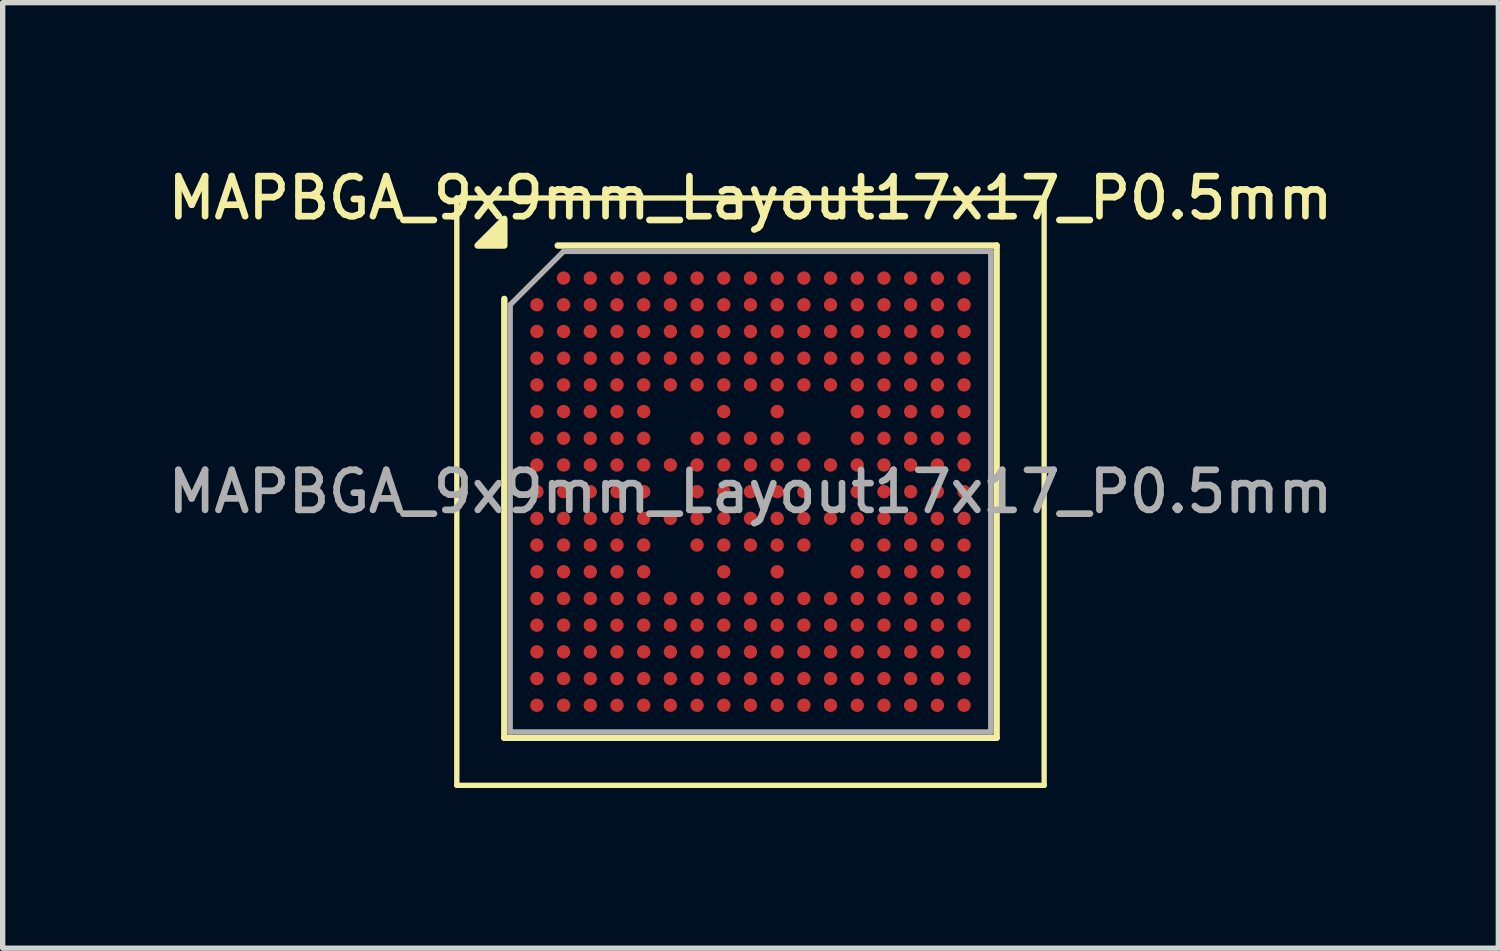
<source format=kicad_pcb>
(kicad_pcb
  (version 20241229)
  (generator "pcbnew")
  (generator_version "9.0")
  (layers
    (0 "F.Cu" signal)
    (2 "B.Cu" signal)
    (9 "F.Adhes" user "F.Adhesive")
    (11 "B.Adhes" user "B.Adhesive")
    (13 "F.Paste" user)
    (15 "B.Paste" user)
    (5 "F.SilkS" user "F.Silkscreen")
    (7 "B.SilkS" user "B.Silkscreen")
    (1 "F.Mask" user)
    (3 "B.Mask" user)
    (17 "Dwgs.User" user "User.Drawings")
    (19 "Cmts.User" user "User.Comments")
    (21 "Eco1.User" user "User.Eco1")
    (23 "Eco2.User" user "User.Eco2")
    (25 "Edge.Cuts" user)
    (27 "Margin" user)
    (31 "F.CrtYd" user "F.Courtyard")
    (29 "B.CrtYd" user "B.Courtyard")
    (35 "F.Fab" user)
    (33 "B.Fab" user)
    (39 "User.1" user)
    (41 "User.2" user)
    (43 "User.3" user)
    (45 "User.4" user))
  (footprint "MAPBGA_9x9mm_Layout17x17_P0.5mm"
    (layer "F.Cu")
    (at 11.005 6.158)
    (property "Reference" "MAPBGA_9x9mm_Layout17x17_P0.5mm" (at 0 -5.5 0) (layer "F.SilkS") (effects (font (size 0.75 0.75) (thickness 0.125))))
    (attr smd)
    (fp_line (start -5.5 -5.5) (end -5.5 5.5) (stroke (width 0.1) (type solid)) (layer "F.SilkS"))
    (fp_line (start -5.5 5.5) (end 5.5 5.5) (stroke (width 0.1) (type solid)) (layer "F.SilkS"))
    (fp_line (start -4.61 4.61) (end -4.61 -3.61) (stroke (width 0.12) (type solid)) (layer "F.SilkS"))
    (fp_line (start -3.61 -4.61) (end 4.61 -4.61) (stroke (width 0.12) (type solid)) (layer "F.SilkS"))
    (fp_line (start 4.61 -4.61) (end 4.61 4.61) (stroke (width 0.12) (type solid)) (layer "F.SilkS"))
    (fp_line (start 4.61 4.61) (end -4.61 4.61) (stroke (width 0.12) (type solid)) (layer "F.SilkS"))
    (fp_line (start 5.5 -5.5) (end -5.5 -5.5) (stroke (width 0.1) (type solid)) (layer "F.SilkS"))
    (fp_line (start 5.5 5.5) (end 5.5 -5.5) (stroke (width 0.1) (type solid)) (layer "F.SilkS"))
    (fp_poly (pts (xy -4.61 -4.61) (xy -5.11 -4.61) (xy -4.61 -5.11) (xy -4.61 -4.61)) (stroke (width 0.12) (type solid)) (fill yes) (layer "F.SilkS"))
    (fp_line (start -4.5 -3.5) (end -3.5 -4.5) (stroke (width 0.1) (type solid)) (layer "F.Fab"))
    (fp_line (start -4.5 4.5) (end -4.5 -3.5) (stroke (width 0.1) (type solid)) (layer "F.Fab"))
    (fp_line (start -3.5 -4.5) (end 4.5 -4.5) (stroke (width 0.1) (type solid)) (layer "F.Fab"))
    (fp_line (start 4.5 -4.5) (end 4.5 4.5) (stroke (width 0.1) (type solid)) (layer "F.Fab"))
    (fp_line (start 4.5 4.5) (end -4.5 4.5) (stroke (width 0.1) (type solid)) (layer "F.Fab"))
    (fp_text user "${REFERENCE}" (at 0 0 0) (layer "F.Fab") (effects (font (size 0.75 0.75) (thickness 0.125))))
    (pad "A2" smd circle (at -3.5 -4) (size 0.25 0.25) (property pad_prop_bga) (layers "F.Cu" "F.Mask" "F.Paste"))
    (pad "A3" smd circle (at -3 -4) (size 0.25 0.25) (property pad_prop_bga) (layers "F.Cu" "F.Mask" "F.Paste"))
    (pad "A4" smd circle (at -2.5 -4) (size 0.25 0.25) (property pad_prop_bga) (layers "F.Cu" "F.Mask" "F.Paste"))
    (pad "A5" smd circle (at -2 -4) (size 0.25 0.25) (property pad_prop_bga) (layers "F.Cu" "F.Mask" "F.Paste"))
    (pad "A6" smd circle (at -1.5 -4) (size 0.25 0.25) (property pad_prop_bga) (layers "F.Cu" "F.Mask" "F.Paste"))
    (pad "A7" smd circle (at -1 -4) (size 0.25 0.25) (property pad_prop_bga) (layers "F.Cu" "F.Mask" "F.Paste"))
    (pad "A8" smd circle (at -0.5 -4) (size 0.25 0.25) (property pad_prop_bga) (layers "F.Cu" "F.Mask" "F.Paste"))
    (pad "A9" smd circle (at 0 -4) (size 0.25 0.25) (property pad_prop_bga) (layers "F.Cu" "F.Mask" "F.Paste"))
    (pad "A10" smd circle (at 0.5 -4) (size 0.25 0.25) (property pad_prop_bga) (layers "F.Cu" "F.Mask" "F.Paste"))
    (pad "A11" smd circle (at 1 -4) (size 0.25 0.25) (property pad_prop_bga) (layers "F.Cu" "F.Mask" "F.Paste"))
    (pad "A12" smd circle (at 1.5 -4) (size 0.25 0.25) (property pad_prop_bga) (layers "F.Cu" "F.Mask" "F.Paste"))
    (pad "A13" smd circle (at 2 -4) (size 0.25 0.25) (property pad_prop_bga) (layers "F.Cu" "F.Mask" "F.Paste"))
    (pad "A14" smd circle (at 2.5 -4) (size 0.25 0.25) (property pad_prop_bga) (layers "F.Cu" "F.Mask" "F.Paste"))
    (pad "A15" smd circle (at 3 -4) (size 0.25 0.25) (property pad_prop_bga) (layers "F.Cu" "F.Mask" "F.Paste"))
    (pad "A16" smd circle (at 3.5 -4) (size 0.25 0.25) (property pad_prop_bga) (layers "F.Cu" "F.Mask" "F.Paste"))
    (pad "A17" smd circle (at 4 -4) (size 0.25 0.25) (property pad_prop_bga) (layers "F.Cu" "F.Mask" "F.Paste"))
    (pad "B1" smd circle (at -4 -3.5) (size 0.25 0.25) (property pad_prop_bga) (layers "F.Cu" "F.Mask" "F.Paste"))
    (pad "B2" smd circle (at -3.5 -3.5) (size 0.25 0.25) (property pad_prop_bga) (layers "F.Cu" "F.Mask" "F.Paste"))
    (pad "B3" smd circle (at -3 -3.5) (size 0.25 0.25) (property pad_prop_bga) (layers "F.Cu" "F.Mask" "F.Paste"))
    (pad "B4" smd circle (at -2.5 -3.5) (size 0.25 0.25) (property pad_prop_bga) (layers "F.Cu" "F.Mask" "F.Paste"))
    (pad "B5" smd circle (at -2 -3.5) (size 0.25 0.25) (property pad_prop_bga) (layers "F.Cu" "F.Mask" "F.Paste"))
    (pad "B6" smd circle (at -1.5 -3.5) (size 0.25 0.25) (property pad_prop_bga) (layers "F.Cu" "F.Mask" "F.Paste"))
    (pad "B7" smd circle (at -1 -3.5) (size 0.25 0.25) (property pad_prop_bga) (layers "F.Cu" "F.Mask" "F.Paste"))
    (pad "B8" smd circle (at -0.5 -3.5) (size 0.25 0.25) (property pad_prop_bga) (layers "F.Cu" "F.Mask" "F.Paste"))
    (pad "B9" smd circle (at 0 -3.5) (size 0.25 0.25) (property pad_prop_bga) (layers "F.Cu" "F.Mask" "F.Paste"))
    (pad "B10" smd circle (at 0.5 -3.5) (size 0.25 0.25) (property pad_prop_bga) (layers "F.Cu" "F.Mask" "F.Paste"))
    (pad "B11" smd circle (at 1 -3.5) (size 0.25 0.25) (property pad_prop_bga) (layers "F.Cu" "F.Mask" "F.Paste"))
    (pad "B12" smd circle (at 1.5 -3.5) (size 0.25 0.25) (property pad_prop_bga) (layers "F.Cu" "F.Mask" "F.Paste"))
    (pad "B13" smd circle (at 2 -3.5) (size 0.25 0.25) (property pad_prop_bga) (layers "F.Cu" "F.Mask" "F.Paste"))
    (pad "B14" smd circle (at 2.5 -3.5) (size 0.25 0.25) (property pad_prop_bga) (layers "F.Cu" "F.Mask" "F.Paste"))
    (pad "B15" smd circle (at 3 -3.5) (size 0.25 0.25) (property pad_prop_bga) (layers "F.Cu" "F.Mask" "F.Paste"))
    (pad "B16" smd circle (at 3.5 -3.5) (size 0.25 0.25) (property pad_prop_bga) (layers "F.Cu" "F.Mask" "F.Paste"))
    (pad "B17" smd circle (at 4 -3.5) (size 0.25 0.25) (property pad_prop_bga) (layers "F.Cu" "F.Mask" "F.Paste"))
    (pad "C1" smd circle (at -4 -3) (size 0.25 0.25) (property pad_prop_bga) (layers "F.Cu" "F.Mask" "F.Paste"))
    (pad "C2" smd circle (at -3.5 -3) (size 0.25 0.25) (property pad_prop_bga) (layers "F.Cu" "F.Mask" "F.Paste"))
    (pad "C3" smd circle (at -3 -3) (size 0.25 0.25) (property pad_prop_bga) (layers "F.Cu" "F.Mask" "F.Paste"))
    (pad "C4" smd circle (at -2.5 -3) (size 0.25 0.25) (property pad_prop_bga) (layers "F.Cu" "F.Mask" "F.Paste"))
    (pad "C5" smd circle (at -2 -3) (size 0.25 0.25) (property pad_prop_bga) (layers "F.Cu" "F.Mask" "F.Paste"))
    (pad "C6" smd circle (at -1.5 -3) (size 0.25 0.25) (property pad_prop_bga) (layers "F.Cu" "F.Mask" "F.Paste"))
    (pad "C7" smd circle (at -1 -3) (size 0.25 0.25) (property pad_prop_bga) (layers "F.Cu" "F.Mask" "F.Paste"))
    (pad "C8" smd circle (at -0.5 -3) (size 0.25 0.25) (property pad_prop_bga) (layers "F.Cu" "F.Mask" "F.Paste"))
    (pad "C9" smd circle (at 0 -3) (size 0.25 0.25) (property pad_prop_bga) (layers "F.Cu" "F.Mask" "F.Paste"))
    (pad "C10" smd circle (at 0.5 -3) (size 0.25 0.25) (property pad_prop_bga) (layers "F.Cu" "F.Mask" "F.Paste"))
    (pad "C11" smd circle (at 1 -3) (size 0.25 0.25) (property pad_prop_bga) (layers "F.Cu" "F.Mask" "F.Paste"))
    (pad "C12" smd circle (at 1.5 -3) (size 0.25 0.25) (property pad_prop_bga) (layers "F.Cu" "F.Mask" "F.Paste"))
    (pad "C13" smd circle (at 2 -3) (size 0.25 0.25) (property pad_prop_bga) (layers "F.Cu" "F.Mask" "F.Paste"))
    (pad "C14" smd circle (at 2.5 -3) (size 0.25 0.25) (property pad_prop_bga) (layers "F.Cu" "F.Mask" "F.Paste"))
    (pad "C15" smd circle (at 3 -3) (size 0.25 0.25) (property pad_prop_bga) (layers "F.Cu" "F.Mask" "F.Paste"))
    (pad "C16" smd circle (at 3.5 -3) (size 0.25 0.25) (property pad_prop_bga) (layers "F.Cu" "F.Mask" "F.Paste"))
    (pad "C17" smd circle (at 4 -3) (size 0.25 0.25) (property pad_prop_bga) (layers "F.Cu" "F.Mask" "F.Paste"))
    (pad "D1" smd circle (at -4 -2.5) (size 0.25 0.25) (property pad_prop_bga) (layers "F.Cu" "F.Mask" "F.Paste"))
    (pad "D2" smd circle (at -3.5 -2.5) (size 0.25 0.25) (property pad_prop_bga) (layers "F.Cu" "F.Mask" "F.Paste"))
    (pad "D3" smd circle (at -3 -2.5) (size 0.25 0.25) (property pad_prop_bga) (layers "F.Cu" "F.Mask" "F.Paste"))
    (pad "D4" smd circle (at -2.5 -2.5) (size 0.25 0.25) (property pad_prop_bga) (layers "F.Cu" "F.Mask" "F.Paste"))
    (pad "D5" smd circle (at -2 -2.5) (size 0.25 0.25) (property pad_prop_bga) (layers "F.Cu" "F.Mask" "F.Paste"))
    (pad "D6" smd circle (at -1.5 -2.5) (size 0.25 0.25) (property pad_prop_bga) (layers "F.Cu" "F.Mask" "F.Paste"))
    (pad "D7" smd circle (at -1 -2.5) (size 0.25 0.25) (property pad_prop_bga) (layers "F.Cu" "F.Mask" "F.Paste"))
    (pad "D8" smd circle (at -0.5 -2.5) (size 0.25 0.25) (property pad_prop_bga) (layers "F.Cu" "F.Mask" "F.Paste"))
    (pad "D9" smd circle (at 0 -2.5) (size 0.25 0.25) (property pad_prop_bga) (layers "F.Cu" "F.Mask" "F.Paste"))
    (pad "D10" smd circle (at 0.5 -2.5) (size 0.25 0.25) (property pad_prop_bga) (layers "F.Cu" "F.Mask" "F.Paste"))
    (pad "D11" smd circle (at 1 -2.5) (size 0.25 0.25) (property pad_prop_bga) (layers "F.Cu" "F.Mask" "F.Paste"))
    (pad "D12" smd circle (at 1.5 -2.5) (size 0.25 0.25) (property pad_prop_bga) (layers "F.Cu" "F.Mask" "F.Paste"))
    (pad "D13" smd circle (at 2 -2.5) (size 0.25 0.25) (property pad_prop_bga) (layers "F.Cu" "F.Mask" "F.Paste"))
    (pad "D14" smd circle (at 2.5 -2.5) (size 0.25 0.25) (property pad_prop_bga) (layers "F.Cu" "F.Mask" "F.Paste"))
    (pad "D15" smd circle (at 3 -2.5) (size 0.25 0.25) (property pad_prop_bga) (layers "F.Cu" "F.Mask" "F.Paste"))
    (pad "D16" smd circle (at 3.5 -2.5) (size 0.25 0.25) (property pad_prop_bga) (layers "F.Cu" "F.Mask" "F.Paste"))
    (pad "D17" smd circle (at 4 -2.5) (size 0.25 0.25) (property pad_prop_bga) (layers "F.Cu" "F.Mask" "F.Paste"))
    (pad "E1" smd circle (at -4 -2) (size 0.25 0.25) (property pad_prop_bga) (layers "F.Cu" "F.Mask" "F.Paste"))
    (pad "E2" smd circle (at -3.5 -2) (size 0.25 0.25) (property pad_prop_bga) (layers "F.Cu" "F.Mask" "F.Paste"))
    (pad "E3" smd circle (at -3 -2) (size 0.25 0.25) (property pad_prop_bga) (layers "F.Cu" "F.Mask" "F.Paste"))
    (pad "E4" smd circle (at -2.5 -2) (size 0.25 0.25) (property pad_prop_bga) (layers "F.Cu" "F.Mask" "F.Paste"))
    (pad "E5" smd circle (at -2 -2) (size 0.25 0.25) (property pad_prop_bga) (layers "F.Cu" "F.Mask" "F.Paste"))
    (pad "E6" smd circle (at -1.5 -2) (size 0.25 0.25) (property pad_prop_bga) (layers "F.Cu" "F.Mask" "F.Paste"))
    (pad "E7" smd circle (at -1 -2) (size 0.25 0.25) (property pad_prop_bga) (layers "F.Cu" "F.Mask" "F.Paste"))
    (pad "E8" smd circle (at -0.5 -2) (size 0.25 0.25) (property pad_prop_bga) (layers "F.Cu" "F.Mask" "F.Paste"))
    (pad "E9" smd circle (at 0 -2) (size 0.25 0.25) (property pad_prop_bga) (layers "F.Cu" "F.Mask" "F.Paste"))
    (pad "E10" smd circle (at 0.5 -2) (size 0.25 0.25) (property pad_prop_bga) (layers "F.Cu" "F.Mask" "F.Paste"))
    (pad "E11" smd circle (at 1 -2) (size 0.25 0.25) (property pad_prop_bga) (layers "F.Cu" "F.Mask" "F.Paste"))
    (pad "E12" smd circle (at 1.5 -2) (size 0.25 0.25) (property pad_prop_bga) (layers "F.Cu" "F.Mask" "F.Paste"))
    (pad "E13" smd circle (at 2 -2) (size 0.25 0.25) (property pad_prop_bga) (layers "F.Cu" "F.Mask" "F.Paste"))
    (pad "E14" smd circle (at 2.5 -2) (size 0.25 0.25) (property pad_prop_bga) (layers "F.Cu" "F.Mask" "F.Paste"))
    (pad "E15" smd circle (at 3 -2) (size 0.25 0.25) (property pad_prop_bga) (layers "F.Cu" "F.Mask" "F.Paste"))
    (pad "E16" smd circle (at 3.5 -2) (size 0.25 0.25) (property pad_prop_bga) (layers "F.Cu" "F.Mask" "F.Paste"))
    (pad "E17" smd circle (at 4 -2) (size 0.25 0.25) (property pad_prop_bga) (layers "F.Cu" "F.Mask" "F.Paste"))
    (pad "F1" smd circle (at -4 -1.5) (size 0.25 0.25) (property pad_prop_bga) (layers "F.Cu" "F.Mask" "F.Paste"))
    (pad "F2" smd circle (at -3.5 -1.5) (size 0.25 0.25) (property pad_prop_bga) (layers "F.Cu" "F.Mask" "F.Paste"))
    (pad "F3" smd circle (at -3 -1.5) (size 0.25 0.25) (property pad_prop_bga) (layers "F.Cu" "F.Mask" "F.Paste"))
    (pad "F4" smd circle (at -2.5 -1.5) (size 0.25 0.25) (property pad_prop_bga) (layers "F.Cu" "F.Mask" "F.Paste"))
    (pad "F5" smd circle (at -2 -1.5) (size 0.25 0.25) (property pad_prop_bga) (layers "F.Cu" "F.Mask" "F.Paste"))
    (pad "F8" smd circle (at -0.5 -1.5) (size 0.25 0.25) (property pad_prop_bga) (layers "F.Cu" "F.Mask" "F.Paste"))
    (pad "F10" smd circle (at 0.5 -1.5) (size 0.25 0.25) (property pad_prop_bga) (layers "F.Cu" "F.Mask" "F.Paste"))
    (pad "F13" smd circle (at 2 -1.5) (size 0.25 0.25) (property pad_prop_bga) (layers "F.Cu" "F.Mask" "F.Paste"))
    (pad "F14" smd circle (at 2.5 -1.5) (size 0.25 0.25) (property pad_prop_bga) (layers "F.Cu" "F.Mask" "F.Paste"))
    (pad "F15" smd circle (at 3 -1.5) (size 0.25 0.25) (property pad_prop_bga) (layers "F.Cu" "F.Mask" "F.Paste"))
    (pad "F16" smd circle (at 3.5 -1.5) (size 0.25 0.25) (property pad_prop_bga) (layers "F.Cu" "F.Mask" "F.Paste"))
    (pad "F17" smd circle (at 4 -1.5) (size 0.25 0.25) (property pad_prop_bga) (layers "F.Cu" "F.Mask" "F.Paste"))
    (pad "G1" smd circle (at -4 -1) (size 0.25 0.25) (property pad_prop_bga) (layers "F.Cu" "F.Mask" "F.Paste"))
    (pad "G2" smd circle (at -3.5 -1) (size 0.25 0.25) (property pad_prop_bga) (layers "F.Cu" "F.Mask" "F.Paste"))
    (pad "G3" smd circle (at -3 -1) (size 0.25 0.25) (property pad_prop_bga) (layers "F.Cu" "F.Mask" "F.Paste"))
    (pad "G4" smd circle (at -2.5 -1) (size 0.25 0.25) (property pad_prop_bga) (layers "F.Cu" "F.Mask" "F.Paste"))
    (pad "G5" smd circle (at -2 -1) (size 0.25 0.25) (property pad_prop_bga) (layers "F.Cu" "F.Mask" "F.Paste"))
    (pad "G7" smd circle (at -1 -1) (size 0.25 0.25) (property pad_prop_bga) (layers "F.Cu" "F.Mask" "F.Paste"))
    (pad "G8" smd circle (at -0.5 -1) (size 0.25 0.25) (property pad_prop_bga) (layers "F.Cu" "F.Mask" "F.Paste"))
    (pad "G9" smd circle (at 0 -1) (size 0.25 0.25) (property pad_prop_bga) (layers "F.Cu" "F.Mask" "F.Paste"))
    (pad "G10" smd circle (at 0.5 -1) (size 0.25 0.25) (property pad_prop_bga) (layers "F.Cu" "F.Mask" "F.Paste"))
    (pad "G11" smd circle (at 1 -1) (size 0.25 0.25) (property pad_prop_bga) (layers "F.Cu" "F.Mask" "F.Paste"))
    (pad "G13" smd circle (at 2 -1) (size 0.25 0.25) (property pad_prop_bga) (layers "F.Cu" "F.Mask" "F.Paste"))
    (pad "G14" smd circle (at 2.5 -1) (size 0.25 0.25) (property pad_prop_bga) (layers "F.Cu" "F.Mask" "F.Paste"))
    (pad "G15" smd circle (at 3 -1) (size 0.25 0.25) (property pad_prop_bga) (layers "F.Cu" "F.Mask" "F.Paste"))
    (pad "G16" smd circle (at 3.5 -1) (size 0.25 0.25) (property pad_prop_bga) (layers "F.Cu" "F.Mask" "F.Paste"))
    (pad "G17" smd circle (at 4 -1) (size 0.25 0.25) (property pad_prop_bga) (layers "F.Cu" "F.Mask" "F.Paste"))
    (pad "H1" smd circle (at -4 -0.5) (size 0.25 0.25) (property pad_prop_bga) (layers "F.Cu" "F.Mask" "F.Paste"))
    (pad "H2" smd circle (at -3.5 -0.5) (size 0.25 0.25) (property pad_prop_bga) (layers "F.Cu" "F.Mask" "F.Paste"))
    (pad "H3" smd circle (at -3 -0.5) (size 0.25 0.25) (property pad_prop_bga) (layers "F.Cu" "F.Mask" "F.Paste"))
    (pad "H4" smd circle (at -2.5 -0.5) (size 0.25 0.25) (property pad_prop_bga) (layers "F.Cu" "F.Mask" "F.Paste"))
    (pad "H5" smd circle (at -2 -0.5) (size 0.25 0.25) (property pad_prop_bga) (layers "F.Cu" "F.Mask" "F.Paste"))
    (pad "H6" smd circle (at -1.5 -0.5) (size 0.25 0.25) (property pad_prop_bga) (layers "F.Cu" "F.Mask" "F.Paste"))
    (pad "H7" smd circle (at -1 -0.5) (size 0.25 0.25) (property pad_prop_bga) (layers "F.Cu" "F.Mask" "F.Paste"))
    (pad "H8" smd circle (at -0.5 -0.5) (size 0.25 0.25) (property pad_prop_bga) (layers "F.Cu" "F.Mask" "F.Paste"))
    (pad "H9" smd circle (at 0 -0.5) (size 0.25 0.25) (property pad_prop_bga) (layers "F.Cu" "F.Mask" "F.Paste"))
    (pad "H10" smd circle (at 0.5 -0.5) (size 0.25 0.25) (property pad_prop_bga) (layers "F.Cu" "F.Mask" "F.Paste"))
    (pad "H11" smd circle (at 1 -0.5) (size 0.25 0.25) (property pad_prop_bga) (layers "F.Cu" "F.Mask" "F.Paste"))
    (pad "H12" smd circle (at 1.5 -0.5) (size 0.25 0.25) (property pad_prop_bga) (layers "F.Cu" "F.Mask" "F.Paste"))
    (pad "H13" smd circle (at 2 -0.5) (size 0.25 0.25) (property pad_prop_bga) (layers "F.Cu" "F.Mask" "F.Paste"))
    (pad "H14" smd circle (at 2.5 -0.5) (size 0.25 0.25) (property pad_prop_bga) (layers "F.Cu" "F.Mask" "F.Paste"))
    (pad "H15" smd circle (at 3 -0.5) (size 0.25 0.25) (property pad_prop_bga) (layers "F.Cu" "F.Mask" "F.Paste"))
    (pad "H16" smd circle (at 3.5 -0.5) (size 0.25 0.25) (property pad_prop_bga) (layers "F.Cu" "F.Mask" "F.Paste"))
    (pad "H17" smd circle (at 4 -0.5) (size 0.25 0.25) (property pad_prop_bga) (layers "F.Cu" "F.Mask" "F.Paste"))
    (pad "J1" smd circle (at -4 0) (size 0.25 0.25) (property pad_prop_bga) (layers "F.Cu" "F.Mask" "F.Paste"))
    (pad "J2" smd circle (at -3.5 0) (size 0.25 0.25) (property pad_prop_bga) (layers "F.Cu" "F.Mask" "F.Paste"))
    (pad "J3" smd circle (at -3 0) (size 0.25 0.25) (property pad_prop_bga) (layers "F.Cu" "F.Mask" "F.Paste"))
    (pad "J4" smd circle (at -2.5 0) (size 0.25 0.25) (property pad_prop_bga) (layers "F.Cu" "F.Mask" "F.Paste"))
    (pad "J5" smd circle (at -2 0) (size 0.25 0.25) (property pad_prop_bga) (layers "F.Cu" "F.Mask" "F.Paste"))
    (pad "J7" smd circle (at -1 0) (size 0.25 0.25) (property pad_prop_bga) (layers "F.Cu" "F.Mask" "F.Paste"))
    (pad "J8" smd circle (at -0.5 0) (size 0.25 0.25) (property pad_prop_bga) (layers "F.Cu" "F.Mask" "F.Paste"))
    (pad "J9" smd circle (at 0 0) (size 0.25 0.25) (property pad_prop_bga) (layers "F.Cu" "F.Mask" "F.Paste"))
    (pad "J10" smd circle (at 0.5 0) (size 0.25 0.25) (property pad_prop_bga) (layers "F.Cu" "F.Mask" "F.Paste"))
    (pad "J11" smd circle (at 1 0) (size 0.25 0.25) (property pad_prop_bga) (layers "F.Cu" "F.Mask" "F.Paste"))
    (pad "J13" smd circle (at 2 0) (size 0.25 0.25) (property pad_prop_bga) (layers "F.Cu" "F.Mask" "F.Paste"))
    (pad "J14" smd circle (at 2.5 0) (size 0.25 0.25) (property pad_prop_bga) (layers "F.Cu" "F.Mask" "F.Paste"))
    (pad "J15" smd circle (at 3 0) (size 0.25 0.25) (property pad_prop_bga) (layers "F.Cu" "F.Mask" "F.Paste"))
    (pad "J16" smd circle (at 3.5 0) (size 0.25 0.25) (property pad_prop_bga) (layers "F.Cu" "F.Mask" "F.Paste"))
    (pad "J17" smd circle (at 4 0) (size 0.25 0.25) (property pad_prop_bga) (layers "F.Cu" "F.Mask" "F.Paste"))
    (pad "K1" smd circle (at -4 0.5) (size 0.25 0.25) (property pad_prop_bga) (layers "F.Cu" "F.Mask" "F.Paste"))
    (pad "K2" smd circle (at -3.5 0.5) (size 0.25 0.25) (property pad_prop_bga) (layers "F.Cu" "F.Mask" "F.Paste"))
    (pad "K3" smd circle (at -3 0.5) (size 0.25 0.25) (property pad_prop_bga) (layers "F.Cu" "F.Mask" "F.Paste"))
    (pad "K4" smd circle (at -2.5 0.5) (size 0.25 0.25) (property pad_prop_bga) (layers "F.Cu" "F.Mask" "F.Paste"))
    (pad "K5" smd circle (at -2 0.5) (size 0.25 0.25) (property pad_prop_bga) (layers "F.Cu" "F.Mask" "F.Paste"))
    (pad "K6" smd circle (at -1.5 0.5) (size 0.25 0.25) (property pad_prop_bga) (layers "F.Cu" "F.Mask" "F.Paste"))
    (pad "K7" smd circle (at -1 0.5) (size 0.25 0.25) (property pad_prop_bga) (layers "F.Cu" "F.Mask" "F.Paste"))
    (pad "K8" smd circle (at -0.5 0.5) (size 0.25 0.25) (property pad_prop_bga) (layers "F.Cu" "F.Mask" "F.Paste"))
    (pad "K9" smd circle (at 0 0.5) (size 0.25 0.25) (property pad_prop_bga) (layers "F.Cu" "F.Mask" "F.Paste"))
    (pad "K10" smd circle (at 0.5 0.5) (size 0.25 0.25) (property pad_prop_bga) (layers "F.Cu" "F.Mask" "F.Paste"))
    (pad "K11" smd circle (at 1 0.5) (size 0.25 0.25) (property pad_prop_bga) (layers "F.Cu" "F.Mask" "F.Paste"))
    (pad "K12" smd circle (at 1.5 0.5) (size 0.25 0.25) (property pad_prop_bga) (layers "F.Cu" "F.Mask" "F.Paste"))
    (pad "K13" smd circle (at 2 0.5) (size 0.25 0.25) (property pad_prop_bga) (layers "F.Cu" "F.Mask" "F.Paste"))
    (pad "K14" smd circle (at 2.5 0.5) (size 0.25 0.25) (property pad_prop_bga) (layers "F.Cu" "F.Mask" "F.Paste"))
    (pad "K15" smd circle (at 3 0.5) (size 0.25 0.25) (property pad_prop_bga) (layers "F.Cu" "F.Mask" "F.Paste"))
    (pad "K16" smd circle (at 3.5 0.5) (size 0.25 0.25) (property pad_prop_bga) (layers "F.Cu" "F.Mask" "F.Paste"))
    (pad "K17" smd circle (at 4 0.5) (size 0.25 0.25) (property pad_prop_bga) (layers "F.Cu" "F.Mask" "F.Paste"))
    (pad "L1" smd circle (at -4 1) (size 0.25 0.25) (property pad_prop_bga) (layers "F.Cu" "F.Mask" "F.Paste"))
    (pad "L2" smd circle (at -3.5 1) (size 0.25 0.25) (property pad_prop_bga) (layers "F.Cu" "F.Mask" "F.Paste"))
    (pad "L3" smd circle (at -3 1) (size 0.25 0.25) (property pad_prop_bga) (layers "F.Cu" "F.Mask" "F.Paste"))
    (pad "L4" smd circle (at -2.5 1) (size 0.25 0.25) (property pad_prop_bga) (layers "F.Cu" "F.Mask" "F.Paste"))
    (pad "L5" smd circle (at -2 1) (size 0.25 0.25) (property pad_prop_bga) (layers "F.Cu" "F.Mask" "F.Paste"))
    (pad "L7" smd circle (at -1 1) (size 0.25 0.25) (property pad_prop_bga) (layers "F.Cu" "F.Mask" "F.Paste"))
    (pad "L8" smd circle (at -0.5 1) (size 0.25 0.25) (property pad_prop_bga) (layers "F.Cu" "F.Mask" "F.Paste"))
    (pad "L9" smd circle (at 0 1) (size 0.25 0.25) (property pad_prop_bga) (layers "F.Cu" "F.Mask" "F.Paste"))
    (pad "L10" smd circle (at 0.5 1) (size 0.25 0.25) (property pad_prop_bga) (layers "F.Cu" "F.Mask" "F.Paste"))
    (pad "L11" smd circle (at 1 1) (size 0.25 0.25) (property pad_prop_bga) (layers "F.Cu" "F.Mask" "F.Paste"))
    (pad "L13" smd circle (at 2 1) (size 0.25 0.25) (property pad_prop_bga) (layers "F.Cu" "F.Mask" "F.Paste"))
    (pad "L14" smd circle (at 2.5 1) (size 0.25 0.25) (property pad_prop_bga) (layers "F.Cu" "F.Mask" "F.Paste"))
    (pad "L15" smd circle (at 3 1) (size 0.25 0.25) (property pad_prop_bga) (layers "F.Cu" "F.Mask" "F.Paste"))
    (pad "L16" smd circle (at 3.5 1) (size 0.25 0.25) (property pad_prop_bga) (layers "F.Cu" "F.Mask" "F.Paste"))
    (pad "L17" smd circle (at 4 1) (size 0.25 0.25) (property pad_prop_bga) (layers "F.Cu" "F.Mask" "F.Paste"))
    (pad "M1" smd circle (at -4 1.5) (size 0.25 0.25) (property pad_prop_bga) (layers "F.Cu" "F.Mask" "F.Paste"))
    (pad "M2" smd circle (at -3.5 1.5) (size 0.25 0.25) (property pad_prop_bga) (layers "F.Cu" "F.Mask" "F.Paste"))
    (pad "M3" smd circle (at -3 1.5) (size 0.25 0.25) (property pad_prop_bga) (layers "F.Cu" "F.Mask" "F.Paste"))
    (pad "M4" smd circle (at -2.5 1.5) (size 0.25 0.25) (property pad_prop_bga) (layers "F.Cu" "F.Mask" "F.Paste"))
    (pad "M5" smd circle (at -2 1.5) (size 0.25 0.25) (property pad_prop_bga) (layers "F.Cu" "F.Mask" "F.Paste"))
    (pad "M8" smd circle (at -0.5 1.5) (size 0.25 0.25) (property pad_prop_bga) (layers "F.Cu" "F.Mask" "F.Paste"))
    (pad "M10" smd circle (at 0.5 1.5) (size 0.25 0.25) (property pad_prop_bga) (layers "F.Cu" "F.Mask" "F.Paste"))
    (pad "M13" smd circle (at 2 1.5) (size 0.25 0.25) (property pad_prop_bga) (layers "F.Cu" "F.Mask" "F.Paste"))
    (pad "M14" smd circle (at 2.5 1.5) (size 0.25 0.25) (property pad_prop_bga) (layers "F.Cu" "F.Mask" "F.Paste"))
    (pad "M15" smd circle (at 3 1.5) (size 0.25 0.25) (property pad_prop_bga) (layers "F.Cu" "F.Mask" "F.Paste"))
    (pad "M16" smd circle (at 3.5 1.5) (size 0.25 0.25) (property pad_prop_bga) (layers "F.Cu" "F.Mask" "F.Paste"))
    (pad "M17" smd circle (at 4 1.5) (size 0.25 0.25) (property pad_prop_bga) (layers "F.Cu" "F.Mask" "F.Paste"))
    (pad "N1" smd circle (at -4 2) (size 0.25 0.25) (property pad_prop_bga) (layers "F.Cu" "F.Mask" "F.Paste"))
    (pad "N2" smd circle (at -3.5 2) (size 0.25 0.25) (property pad_prop_bga) (layers "F.Cu" "F.Mask" "F.Paste"))
    (pad "N3" smd circle (at -3 2) (size 0.25 0.25) (property pad_prop_bga) (layers "F.Cu" "F.Mask" "F.Paste"))
    (pad "N4" smd circle (at -2.5 2) (size 0.25 0.25) (property pad_prop_bga) (layers "F.Cu" "F.Mask" "F.Paste"))
    (pad "N5" smd circle (at -2 2) (size 0.25 0.25) (property pad_prop_bga) (layers "F.Cu" "F.Mask" "F.Paste"))
    (pad "N6" smd circle (at -1.5 2) (size 0.25 0.25) (property pad_prop_bga) (layers "F.Cu" "F.Mask" "F.Paste"))
    (pad "N7" smd circle (at -1 2) (size 0.25 0.25) (property pad_prop_bga) (layers "F.Cu" "F.Mask" "F.Paste"))
    (pad "N8" smd circle (at -0.5 2) (size 0.25 0.25) (property pad_prop_bga) (layers "F.Cu" "F.Mask" "F.Paste"))
    (pad "N9" smd circle (at 0 2) (size 0.25 0.25) (property pad_prop_bga) (layers "F.Cu" "F.Mask" "F.Paste"))
    (pad "N10" smd circle (at 0.5 2) (size 0.25 0.25) (property pad_prop_bga) (layers "F.Cu" "F.Mask" "F.Paste"))
    (pad "N11" smd circle (at 1 2) (size 0.25 0.25) (property pad_prop_bga) (layers "F.Cu" "F.Mask" "F.Paste"))
    (pad "N12" smd circle (at 1.5 2) (size 0.25 0.25) (property pad_prop_bga) (layers "F.Cu" "F.Mask" "F.Paste"))
    (pad "N13" smd circle (at 2 2) (size 0.25 0.25) (property pad_prop_bga) (layers "F.Cu" "F.Mask" "F.Paste"))
    (pad "N14" smd circle (at 2.5 2) (size 0.25 0.25) (property pad_prop_bga) (layers "F.Cu" "F.Mask" "F.Paste"))
    (pad "N15" smd circle (at 3 2) (size 0.25 0.25) (property pad_prop_bga) (layers "F.Cu" "F.Mask" "F.Paste"))
    (pad "N16" smd circle (at 3.5 2) (size 0.25 0.25) (property pad_prop_bga) (layers "F.Cu" "F.Mask" "F.Paste"))
    (pad "N17" smd circle (at 4 2) (size 0.25 0.25) (property pad_prop_bga) (layers "F.Cu" "F.Mask" "F.Paste"))
    (pad "P1" smd circle (at -4 2.5) (size 0.25 0.25) (property pad_prop_bga) (layers "F.Cu" "F.Mask" "F.Paste"))
    (pad "P2" smd circle (at -3.5 2.5) (size 0.25 0.25) (property pad_prop_bga) (layers "F.Cu" "F.Mask" "F.Paste"))
    (pad "P3" smd circle (at -3 2.5) (size 0.25 0.25) (property pad_prop_bga) (layers "F.Cu" "F.Mask" "F.Paste"))
    (pad "P4" smd circle (at -2.5 2.5) (size 0.25 0.25) (property pad_prop_bga) (layers "F.Cu" "F.Mask" "F.Paste"))
    (pad "P5" smd circle (at -2 2.5) (size 0.25 0.25) (property pad_prop_bga) (layers "F.Cu" "F.Mask" "F.Paste"))
    (pad "P6" smd circle (at -1.5 2.5) (size 0.25 0.25) (property pad_prop_bga) (layers "F.Cu" "F.Mask" "F.Paste"))
    (pad "P7" smd circle (at -1 2.5) (size 0.25 0.25) (property pad_prop_bga) (layers "F.Cu" "F.Mask" "F.Paste"))
    (pad "P8" smd circle (at -0.5 2.5) (size 0.25 0.25) (property pad_prop_bga) (layers "F.Cu" "F.Mask" "F.Paste"))
    (pad "P9" smd circle (at 0 2.5) (size 0.25 0.25) (property pad_prop_bga) (layers "F.Cu" "F.Mask" "F.Paste"))
    (pad "P10" smd circle (at 0.5 2.5) (size 0.25 0.25) (property pad_prop_bga) (layers "F.Cu" "F.Mask" "F.Paste"))
    (pad "P11" smd circle (at 1 2.5) (size 0.25 0.25) (property pad_prop_bga) (layers "F.Cu" "F.Mask" "F.Paste"))
    (pad "P12" smd circle (at 1.5 2.5) (size 0.25 0.25) (property pad_prop_bga) (layers "F.Cu" "F.Mask" "F.Paste"))
    (pad "P13" smd circle (at 2 2.5) (size 0.25 0.25) (property pad_prop_bga) (layers "F.Cu" "F.Mask" "F.Paste"))
    (pad "P14" smd circle (at 2.5 2.5) (size 0.25 0.25) (property pad_prop_bga) (layers "F.Cu" "F.Mask" "F.Paste"))
    (pad "P15" smd circle (at 3 2.5) (size 0.25 0.25) (property pad_prop_bga) (layers "F.Cu" "F.Mask" "F.Paste"))
    (pad "P16" smd circle (at 3.5 2.5) (size 0.25 0.25) (property pad_prop_bga) (layers "F.Cu" "F.Mask" "F.Paste"))
    (pad "P17" smd circle (at 4 2.5) (size 0.25 0.25) (property pad_prop_bga) (layers "F.Cu" "F.Mask" "F.Paste"))
    (pad "R1" smd circle (at -4 3) (size 0.25 0.25) (property pad_prop_bga) (layers "F.Cu" "F.Mask" "F.Paste"))
    (pad "R2" smd circle (at -3.5 3) (size 0.25 0.25) (property pad_prop_bga) (layers "F.Cu" "F.Mask" "F.Paste"))
    (pad "R3" smd circle (at -3 3) (size 0.25 0.25) (property pad_prop_bga) (layers "F.Cu" "F.Mask" "F.Paste"))
    (pad "R4" smd circle (at -2.5 3) (size 0.25 0.25) (property pad_prop_bga) (layers "F.Cu" "F.Mask" "F.Paste"))
    (pad "R5" smd circle (at -2 3) (size 0.25 0.25) (property pad_prop_bga) (layers "F.Cu" "F.Mask" "F.Paste"))
    (pad "R6" smd circle (at -1.5 3) (size 0.25 0.25) (property pad_prop_bga) (layers "F.Cu" "F.Mask" "F.Paste"))
    (pad "R7" smd circle (at -1 3) (size 0.25 0.25) (property pad_prop_bga) (layers "F.Cu" "F.Mask" "F.Paste"))
    (pad "R8" smd circle (at -0.5 3) (size 0.25 0.25) (property pad_prop_bga) (layers "F.Cu" "F.Mask" "F.Paste"))
    (pad "R9" smd circle (at 0 3) (size 0.25 0.25) (property pad_prop_bga) (layers "F.Cu" "F.Mask" "F.Paste"))
    (pad "R10" smd circle (at 0.5 3) (size 0.25 0.25) (property pad_prop_bga) (layers "F.Cu" "F.Mask" "F.Paste"))
    (pad "R11" smd circle (at 1 3) (size 0.25 0.25) (property pad_prop_bga) (layers "F.Cu" "F.Mask" "F.Paste"))
    (pad "R12" smd circle (at 1.5 3) (size 0.25 0.25) (property pad_prop_bga) (layers "F.Cu" "F.Mask" "F.Paste"))
    (pad "R13" smd circle (at 2 3) (size 0.25 0.25) (property pad_prop_bga) (layers "F.Cu" "F.Mask" "F.Paste"))
    (pad "R14" smd circle (at 2.5 3) (size 0.25 0.25) (property pad_prop_bga) (layers "F.Cu" "F.Mask" "F.Paste"))
    (pad "R15" smd circle (at 3 3) (size 0.25 0.25) (property pad_prop_bga) (layers "F.Cu" "F.Mask" "F.Paste"))
    (pad "R16" smd circle (at 3.5 3) (size 0.25 0.25) (property pad_prop_bga) (layers "F.Cu" "F.Mask" "F.Paste"))
    (pad "R17" smd circle (at 4 3) (size 0.25 0.25) (property pad_prop_bga) (layers "F.Cu" "F.Mask" "F.Paste"))
    (pad "T1" smd circle (at -4 3.5) (size 0.25 0.25) (property pad_prop_bga) (layers "F.Cu" "F.Mask" "F.Paste"))
    (pad "T2" smd circle (at -3.5 3.5) (size 0.25 0.25) (property pad_prop_bga) (layers "F.Cu" "F.Mask" "F.Paste"))
    (pad "T3" smd circle (at -3 3.5) (size 0.25 0.25) (property pad_prop_bga) (layers "F.Cu" "F.Mask" "F.Paste"))
    (pad "T4" smd circle (at -2.5 3.5) (size 0.25 0.25) (property pad_prop_bga) (layers "F.Cu" "F.Mask" "F.Paste"))
    (pad "T5" smd circle (at -2 3.5) (size 0.25 0.25) (property pad_prop_bga) (layers "F.Cu" "F.Mask" "F.Paste"))
    (pad "T6" smd circle (at -1.5 3.5) (size 0.25 0.25) (property pad_prop_bga) (layers "F.Cu" "F.Mask" "F.Paste"))
    (pad "T7" smd circle (at -1 3.5) (size 0.25 0.25) (property pad_prop_bga) (layers "F.Cu" "F.Mask" "F.Paste"))
    (pad "T8" smd circle (at -0.5 3.5) (size 0.25 0.25) (property pad_prop_bga) (layers "F.Cu" "F.Mask" "F.Paste"))
    (pad "T9" smd circle (at 0 3.5) (size 0.25 0.25) (property pad_prop_bga) (layers "F.Cu" "F.Mask" "F.Paste"))
    (pad "T10" smd circle (at 0.5 3.5) (size 0.25 0.25) (property pad_prop_bga) (layers "F.Cu" "F.Mask" "F.Paste"))
    (pad "T11" smd circle (at 1 3.5) (size 0.25 0.25) (property pad_prop_bga) (layers "F.Cu" "F.Mask" "F.Paste"))
    (pad "T12" smd circle (at 1.5 3.5) (size 0.25 0.25) (property pad_prop_bga) (layers "F.Cu" "F.Mask" "F.Paste"))
    (pad "T13" smd circle (at 2 3.5) (size 0.25 0.25) (property pad_prop_bga) (layers "F.Cu" "F.Mask" "F.Paste"))
    (pad "T14" smd circle (at 2.5 3.5) (size 0.25 0.25) (property pad_prop_bga) (layers "F.Cu" "F.Mask" "F.Paste"))
    (pad "T15" smd circle (at 3 3.5) (size 0.25 0.25) (property pad_prop_bga) (layers "F.Cu" "F.Mask" "F.Paste"))
    (pad "T16" smd circle (at 3.5 3.5) (size 0.25 0.25) (property pad_prop_bga) (layers "F.Cu" "F.Mask" "F.Paste"))
    (pad "T17" smd circle (at 4 3.5) (size 0.25 0.25) (property pad_prop_bga) (layers "F.Cu" "F.Mask" "F.Paste"))
    (pad "U1" smd circle (at -4 4) (size 0.25 0.25) (property pad_prop_bga) (layers "F.Cu" "F.Mask" "F.Paste"))
    (pad "U2" smd circle (at -3.5 4) (size 0.25 0.25) (property pad_prop_bga) (layers "F.Cu" "F.Mask" "F.Paste"))
    (pad "U3" smd circle (at -3 4) (size 0.25 0.25) (property pad_prop_bga) (layers "F.Cu" "F.Mask" "F.Paste"))
    (pad "U4" smd circle (at -2.5 4) (size 0.25 0.25) (property pad_prop_bga) (layers "F.Cu" "F.Mask" "F.Paste"))
    (pad "U5" smd circle (at -2 4) (size 0.25 0.25) (property pad_prop_bga) (layers "F.Cu" "F.Mask" "F.Paste"))
    (pad "U6" smd circle (at -1.5 4) (size 0.25 0.25) (property pad_prop_bga) (layers "F.Cu" "F.Mask" "F.Paste"))
    (pad "U7" smd circle (at -1 4) (size 0.25 0.25) (property pad_prop_bga) (layers "F.Cu" "F.Mask" "F.Paste"))
    (pad "U8" smd circle (at -0.5 4) (size 0.25 0.25) (property pad_prop_bga) (layers "F.Cu" "F.Mask" "F.Paste"))
    (pad "U9" smd circle (at 0 4) (size 0.25 0.25) (property pad_prop_bga) (layers "F.Cu" "F.Mask" "F.Paste"))
    (pad "U10" smd circle (at 0.5 4) (size 0.25 0.25) (property pad_prop_bga) (layers "F.Cu" "F.Mask" "F.Paste"))
    (pad "U11" smd circle (at 1 4) (size 0.25 0.25) (property pad_prop_bga) (layers "F.Cu" "F.Mask" "F.Paste"))
    (pad "U12" smd circle (at 1.5 4) (size 0.25 0.25) (property pad_prop_bga) (layers "F.Cu" "F.Mask" "F.Paste"))
    (pad "U13" smd circle (at 2 4) (size 0.25 0.25) (property pad_prop_bga) (layers "F.Cu" "F.Mask" "F.Paste"))
    (pad "U14" smd circle (at 2.5 4) (size 0.25 0.25) (property pad_prop_bga) (layers "F.Cu" "F.Mask" "F.Paste"))
    (pad "U15" smd circle (at 3 4) (size 0.25 0.25) (property pad_prop_bga) (layers "F.Cu" "F.Mask" "F.Paste"))
    (pad "U16" smd circle (at 3.5 4) (size 0.25 0.25) (property pad_prop_bga) (layers "F.Cu" "F.Mask" "F.Paste"))
    (pad "U17" smd circle (at 4 4) (size 0.25 0.25) (property pad_prop_bga) (layers "F.Cu" "F.Mask" "F.Paste")))
  (gr_rect
    (start -3 -3)
    (end 25.011 14.708)
    (stroke (width 0.1) (type default))
    (fill no)
    (layer "Edge.Cuts")))
</source>
